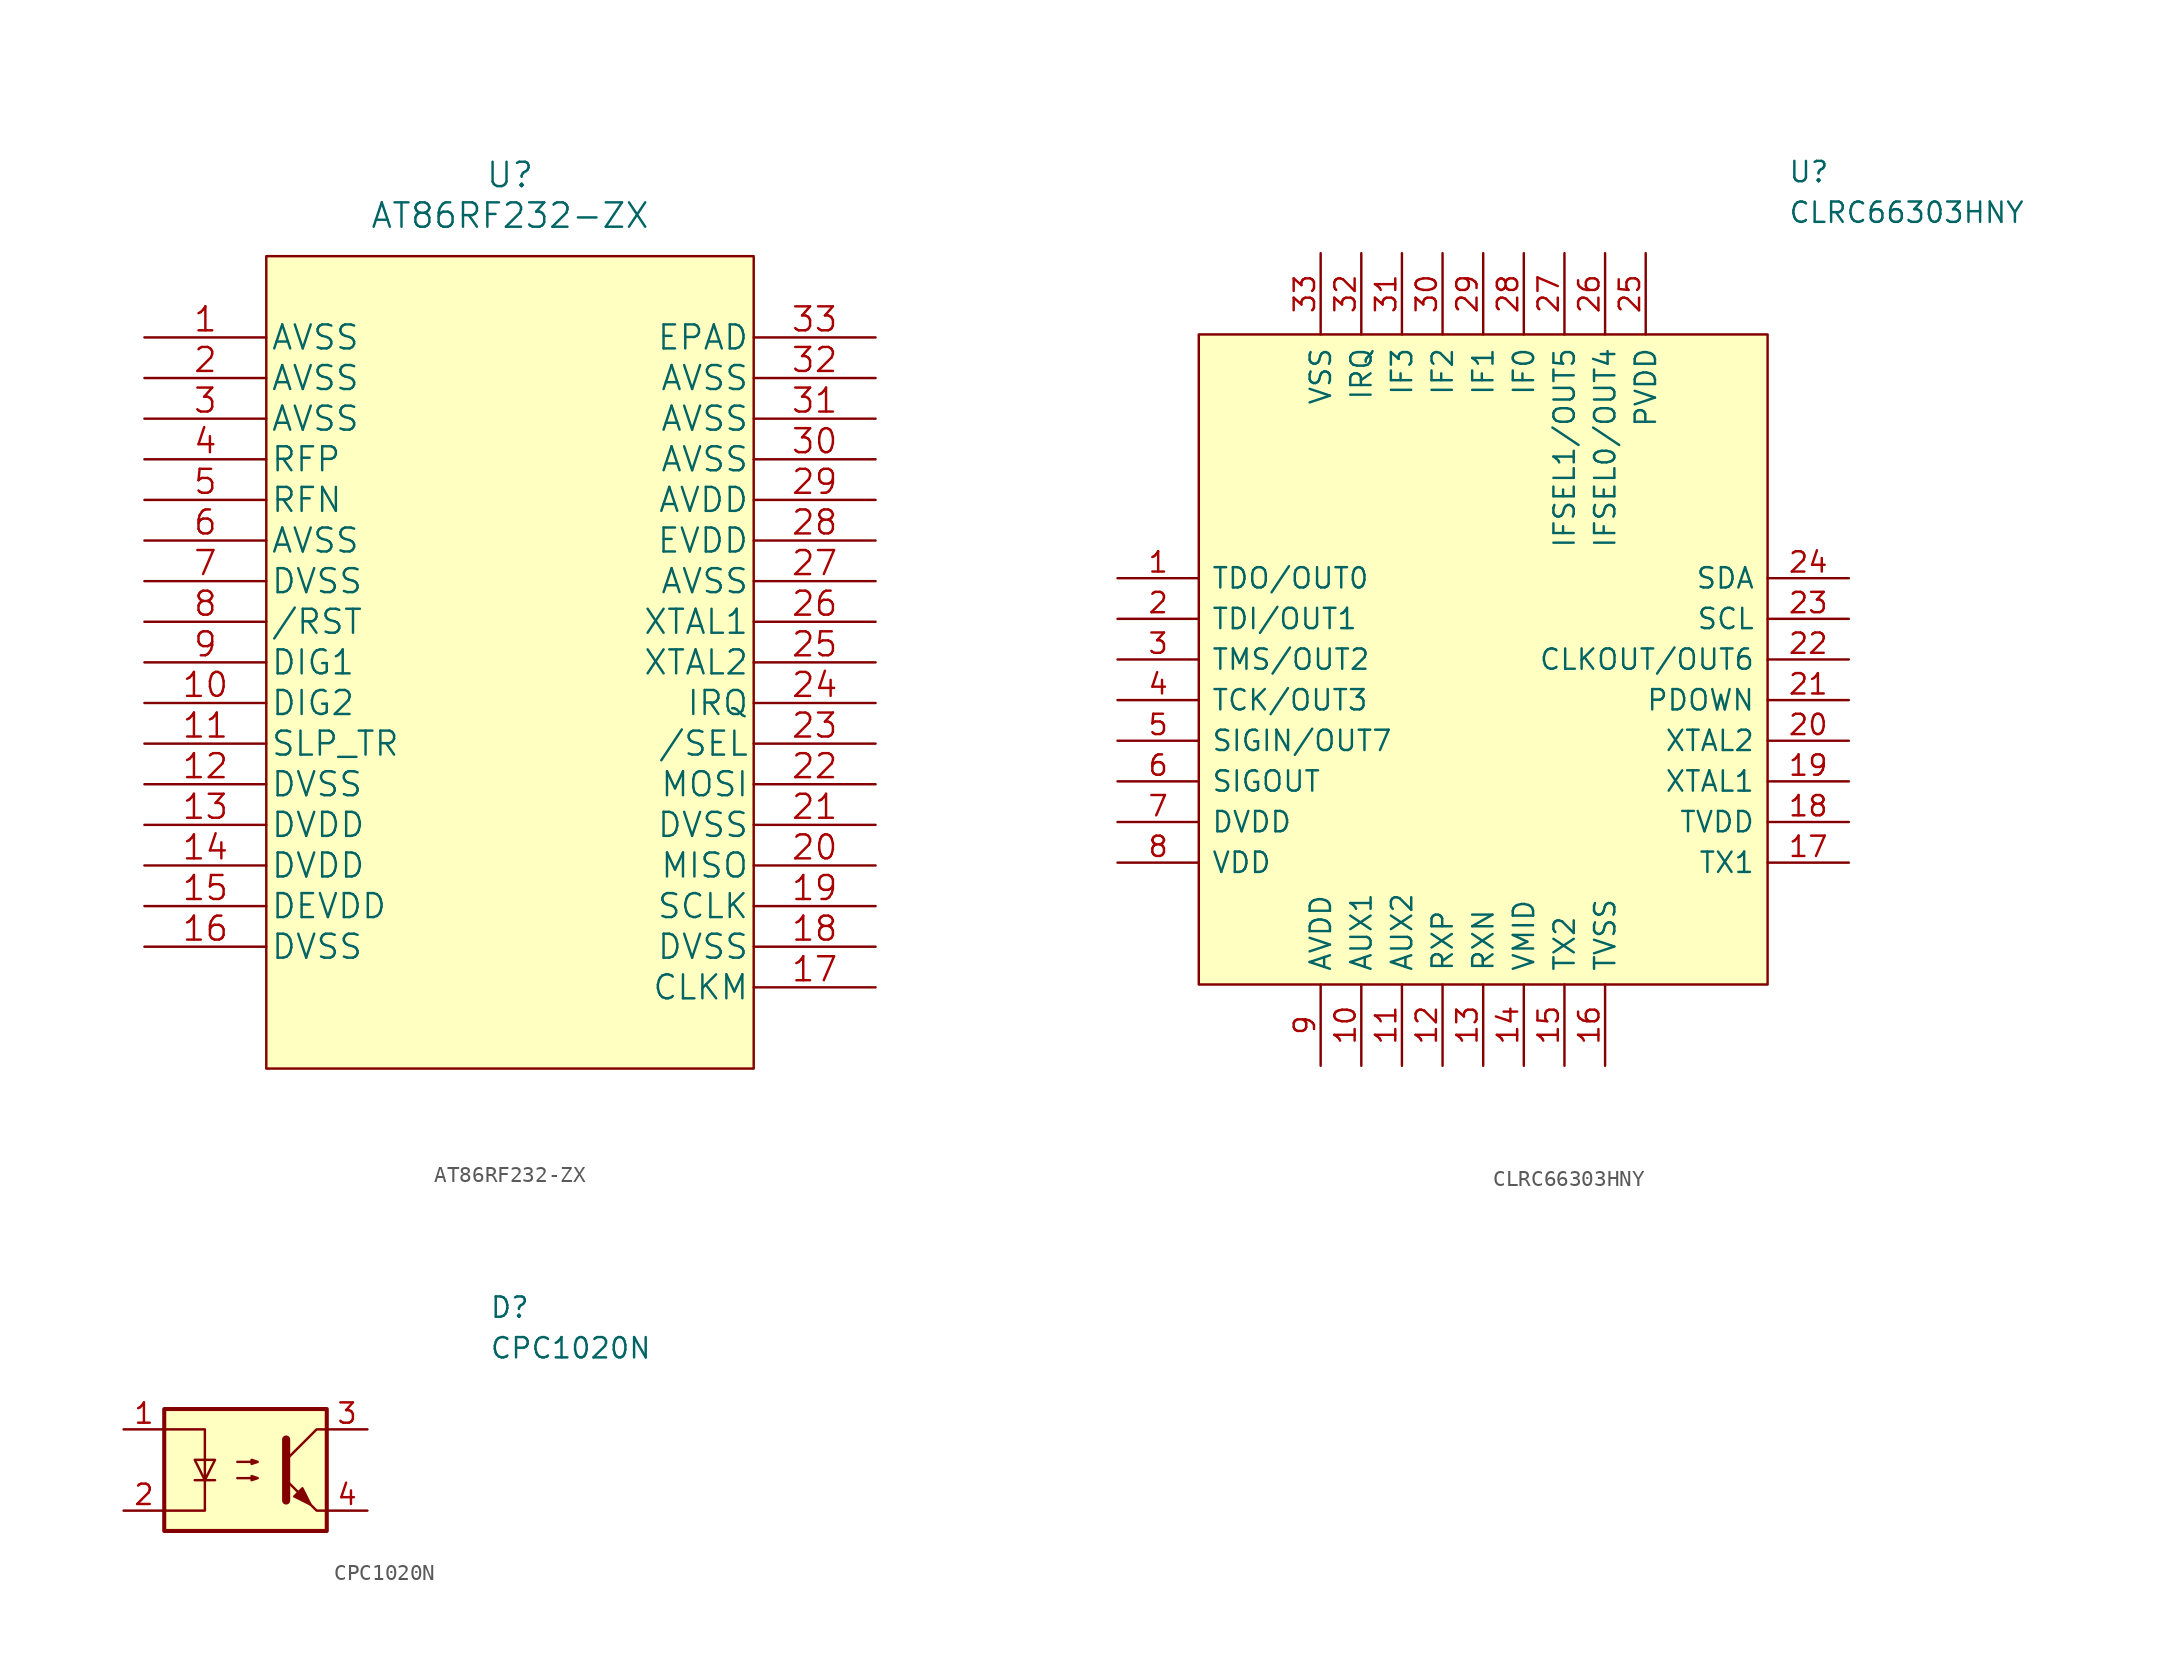
<source format=kicad_sym>
(kicad_symbol_lib
  (version 20211014)
  (generator kicad_symbol_editor)
  (symbol "AT86RF232-ZX"
    (pin_names
      (offset 0.254))
    (property "Reference" "U"
      (at 22.86 10.16 0)
      (effects (font (size 1.524 1.524))))
    (property "Value" "AT86RF232-ZX"
      (at 22.86 7.62 0)
      (effects (font (size 1.524 1.524))))
    (property "Datasheet" ""
      (at 0 0 0)
      (effects (font (size 1.524 1.524))))
    (symbol "AT86RF232-ZX_1_1"
      (rectangle (start 7.62 5.08) (end 38.1 -45.72) (stroke (width 0) (type default) (color 0 0 0 0)) (fill (type background)))
      (pin power_in line (at 0 0 0) (length 7.62) (name "AVSS" (effects (font (size 1.499 1.499)))) (number "1" (effects (font (size 1.499 1.499)))))
      (pin bidirectional line (at 0 -22.86 0) (length 7.62) (name "DIG2" (effects (font (size 1.499 1.499)))) (number "10" (effects (font (size 1.499 1.499)))))
      (pin unspecified line (at 0 -25.4 0) (length 7.62) (name "SLP_TR" (effects (font (size 1.499 1.499)))) (number "11" (effects (font (size 1.499 1.499)))))
      (pin power_in line (at 0 -27.94 0) (length 7.62) (name "DVSS" (effects (font (size 1.499 1.499)))) (number "12" (effects (font (size 1.499 1.499)))))
      (pin power_in line (at 0 -30.48 0) (length 7.62) (name "DVDD" (effects (font (size 1.499 1.499)))) (number "13" (effects (font (size 1.499 1.499)))))
      (pin power_in line (at 0 -33.02 0) (length 7.62) (name "DVDD" (effects (font (size 1.499 1.499)))) (number "14" (effects (font (size 1.499 1.499)))))
      (pin power_in line (at 0 -35.56 0) (length 7.62) (name "DEVDD" (effects (font (size 1.499 1.499)))) (number "15" (effects (font (size 1.499 1.499)))))
      (pin power_in line (at 0 -38.1 0) (length 7.62) (name "DVSS" (effects (font (size 1.499 1.499)))) (number "16" (effects (font (size 1.499 1.499)))))
      (pin unspecified line (at 45.72 -40.64 180) (length 7.62) (name "CLKM" (effects (font (size 1.499 1.499)))) (number "17" (effects (font (size 1.499 1.499)))))
      (pin power_in line (at 45.72 -38.1 180) (length 7.62) (name "DVSS" (effects (font (size 1.499 1.499)))) (number "18" (effects (font (size 1.499 1.499)))))
      (pin unspecified line (at 45.72 -35.56 180) (length 7.62) (name "SCLK" (effects (font (size 1.499 1.499)))) (number "19" (effects (font (size 1.499 1.499)))))
      (pin power_in line (at 0 -2.54 0) (length 7.62) (name "AVSS" (effects (font (size 1.499 1.499)))) (number "2" (effects (font (size 1.499 1.499)))))
      (pin unspecified line (at 45.72 -33.02 180) (length 7.62) (name "MISO" (effects (font (size 1.499 1.499)))) (number "20" (effects (font (size 1.499 1.499)))))
      (pin power_in line (at 45.72 -30.48 180) (length 7.62) (name "DVSS" (effects (font (size 1.499 1.499)))) (number "21" (effects (font (size 1.499 1.499)))))
      (pin unspecified line (at 45.72 -27.94 180) (length 7.62) (name "MOSI" (effects (font (size 1.499 1.499)))) (number "22" (effects (font (size 1.499 1.499)))))
      (pin unspecified line (at 45.72 -25.4 180) (length 7.62) (name "/SEL" (effects (font (size 1.499 1.499)))) (number "23" (effects (font (size 1.499 1.499)))))
      (pin unspecified line (at 45.72 -22.86 180) (length 7.62) (name "IRQ" (effects (font (size 1.499 1.499)))) (number "24" (effects (font (size 1.499 1.499)))))
      (pin unspecified line (at 45.72 -20.32 180) (length 7.62) (name "XTAL2" (effects (font (size 1.499 1.499)))) (number "25" (effects (font (size 1.499 1.499)))))
      (pin bidirectional line (at 45.72 -17.78 180) (length 7.62) (name "XTAL1" (effects (font (size 1.499 1.499)))) (number "26" (effects (font (size 1.499 1.499)))))
      (pin power_in line (at 45.72 -15.24 180) (length 7.62) (name "AVSS" (effects (font (size 1.499 1.499)))) (number "27" (effects (font (size 1.499 1.499)))))
      (pin power_in line (at 45.72 -12.7 180) (length 7.62) (name "EVDD" (effects (font (size 1.499 1.499)))) (number "28" (effects (font (size 1.499 1.499)))))
      (pin power_in line (at 45.72 -10.16 180) (length 7.62) (name "AVDD" (effects (font (size 1.499 1.499)))) (number "29" (effects (font (size 1.499 1.499)))))
      (pin power_in line (at 0 -5.08 0) (length 7.62) (name "AVSS" (effects (font (size 1.499 1.499)))) (number "3" (effects (font (size 1.499 1.499)))))
      (pin power_in line (at 45.72 -7.62 180) (length 7.62) (name "AVSS" (effects (font (size 1.499 1.499)))) (number "30" (effects (font (size 1.499 1.499)))))
      (pin power_in line (at 45.72 -5.08 180) (length 7.62) (name "AVSS" (effects (font (size 1.499 1.499)))) (number "31" (effects (font (size 1.499 1.499)))))
      (pin power_in line (at 45.72 -2.54 180) (length 7.62) (name "AVSS" (effects (font (size 1.499 1.499)))) (number "32" (effects (font (size 1.499 1.499)))))
      (pin unspecified line (at 45.72 0 180) (length 7.62) (name "EPAD" (effects (font (size 1.499 1.499)))) (number "33" (effects (font (size 1.499 1.499)))))
      (pin unspecified line (at 0 -7.62 0) (length 7.62) (name "RFP" (effects (font (size 1.499 1.499)))) (number "4" (effects (font (size 1.499 1.499)))))
      (pin unspecified line (at 0 -10.16 0) (length 7.62) (name "RFN" (effects (font (size 1.499 1.499)))) (number "5" (effects (font (size 1.499 1.499)))))
      (pin power_in line (at 0 -12.7 0) (length 7.62) (name "AVSS" (effects (font (size 1.499 1.499)))) (number "6" (effects (font (size 1.499 1.499)))))
      (pin power_in line (at 0 -15.24 0) (length 7.62) (name "DVSS" (effects (font (size 1.499 1.499)))) (number "7" (effects (font (size 1.499 1.499)))))
      (pin unspecified line (at 0 -17.78 0) (length 7.62) (name "/RST" (effects (font (size 1.499 1.499)))) (number "8" (effects (font (size 1.499 1.499)))))
      (pin bidirectional line (at 0 -20.32 0) (length 7.62) (name "DIG1" (effects (font (size 1.499 1.499)))) (number "9" (effects (font (size 1.499 1.499)))))))
  (symbol "CLRC66303HNY"
    (pin_names
      (offset 0.762))
    (property "Reference" "U"
      (at 41.91 25.4 0)
      (effects (font (size 1.27 1.27)) (justify left)))
    (property "Value" "CLRC66303HNY"
      (at 41.91 22.86 0)
      (effects (font (size 1.27 1.27)) (justify left)))
    (symbol "CLRC66303HNY_0_0"
      (pin output line (at 0 0 0) (length 5.08) (name "TDO/OUT0" (effects (font (size 1.27 1.27)))) (number "1" (effects (font (size 1.27 1.27)))))
      (pin output line (at 15.24 -30.48 90) (length 5.08) (name "AUX1" (effects (font (size 1.27 1.27)))) (number "10" (effects (font (size 1.27 1.27)))))
      (pin output line (at 17.78 -30.48 90) (length 5.08) (name "AUX2" (effects (font (size 1.27 1.27)))) (number "11" (effects (font (size 1.27 1.27)))))
      (pin input line (at 20.32 -30.48 90) (length 5.08) (name "RXP" (effects (font (size 1.27 1.27)))) (number "12" (effects (font (size 1.27 1.27)))))
      (pin input line (at 22.86 -30.48 90) (length 5.08) (name "RXN" (effects (font (size 1.27 1.27)))) (number "13" (effects (font (size 1.27 1.27)))))
      (pin power_in line (at 25.4 -30.48 90) (length 5.08) (name "VMID" (effects (font (size 1.27 1.27)))) (number "14" (effects (font (size 1.27 1.27)))))
      (pin output line (at 27.94 -30.48 90) (length 5.08) (name "TX2" (effects (font (size 1.27 1.27)))) (number "15" (effects (font (size 1.27 1.27)))))
      (pin power_in line (at 30.48 -30.48 90) (length 5.08) (name "TVSS" (effects (font (size 1.27 1.27)))) (number "16" (effects (font (size 1.27 1.27)))))
      (pin output line (at 45.72 -17.78 180) (length 5.08) (name "TX1" (effects (font (size 1.27 1.27)))) (number "17" (effects (font (size 1.27 1.27)))))
      (pin power_in line (at 45.72 -15.24 180) (length 5.08) (name "TVDD" (effects (font (size 1.27 1.27)))) (number "18" (effects (font (size 1.27 1.27)))))
      (pin input line (at 45.72 -12.7 180) (length 5.08) (name "XTAL1" (effects (font (size 1.27 1.27)))) (number "19" (effects (font (size 1.27 1.27)))))
      (pin input line (at 0 -2.54 0) (length 5.08) (name "TDI/OUT1" (effects (font (size 1.27 1.27)))) (number "2" (effects (font (size 1.27 1.27)))))
      (pin input line (at 45.72 -10.16 180) (length 5.08) (name "XTAL2" (effects (font (size 1.27 1.27)))) (number "20" (effects (font (size 1.27 1.27)))))
      (pin input line (at 45.72 -7.62 180) (length 5.08) (name "PDOWN" (effects (font (size 1.27 1.27)))) (number "21" (effects (font (size 1.27 1.27)))))
      (pin output line (at 45.72 -5.08 180) (length 5.08) (name "CLKOUT/OUT6" (effects (font (size 1.27 1.27)))) (number "22" (effects (font (size 1.27 1.27)))))
      (pin output line (at 45.72 -2.54 180) (length 5.08) (name "SCL" (effects (font (size 1.27 1.27)))) (number "23" (effects (font (size 1.27 1.27)))))
      (pin bidirectional line (at 45.72 0 180) (length 5.08) (name "SDA" (effects (font (size 1.27 1.27)))) (number "24" (effects (font (size 1.27 1.27)))))
      (pin power_in line (at 33.02 20.32 270) (length 5.08) (name "PVDD" (effects (font (size 1.27 1.27)))) (number "25" (effects (font (size 1.27 1.27)))))
      (pin input line (at 30.48 20.32 270) (length 5.08) (name "IFSEL0/OUT4" (effects (font (size 1.27 1.27)))) (number "26" (effects (font (size 1.27 1.27)))))
      (pin input line (at 27.94 20.32 270) (length 5.08) (name "IFSEL1/OUT5" (effects (font (size 1.27 1.27)))) (number "27" (effects (font (size 1.27 1.27)))))
      (pin bidirectional line (at 25.4 20.32 270) (length 5.08) (name "IF0" (effects (font (size 1.27 1.27)))) (number "28" (effects (font (size 1.27 1.27)))))
      (pin bidirectional line (at 22.86 20.32 270) (length 5.08) (name "IF1" (effects (font (size 1.27 1.27)))) (number "29" (effects (font (size 1.27 1.27)))))
      (pin input line (at 0 -5.08 0) (length 5.08) (name "TMS/OUT2" (effects (font (size 1.27 1.27)))) (number "3" (effects (font (size 1.27 1.27)))))
      (pin bidirectional line (at 20.32 20.32 270) (length 5.08) (name "IF2" (effects (font (size 1.27 1.27)))) (number "30" (effects (font (size 1.27 1.27)))))
      (pin bidirectional line (at 17.78 20.32 270) (length 5.08) (name "IF3" (effects (font (size 1.27 1.27)))) (number "31" (effects (font (size 1.27 1.27)))))
      (pin output line (at 15.24 20.32 270) (length 5.08) (name "IRQ" (effects (font (size 1.27 1.27)))) (number "32" (effects (font (size 1.27 1.27)))))
      (pin power_in line (at 12.7 20.32 270) (length 5.08) (name "VSS" (effects (font (size 1.27 1.27)))) (number "33" (effects (font (size 1.27 1.27)))))
      (pin input line (at 0 -7.62 0) (length 5.08) (name "TCK/OUT3" (effects (font (size 1.27 1.27)))) (number "4" (effects (font (size 1.27 1.27)))))
      (pin bidirectional line (at 0 -10.16 0) (length 5.08) (name "SIGIN/OUT7" (effects (font (size 1.27 1.27)))) (number "5" (effects (font (size 1.27 1.27)))))
      (pin output line (at 0 -12.7 0) (length 5.08) (name "SIGOUT" (effects (font (size 1.27 1.27)))) (number "6" (effects (font (size 1.27 1.27)))))
      (pin power_in line (at 0 -15.24 0) (length 5.08) (name "DVDD" (effects (font (size 1.27 1.27)))) (number "7" (effects (font (size 1.27 1.27)))))
      (pin power_in line (at 0 -17.78 0) (length 5.08) (name "VDD" (effects (font (size 1.27 1.27)))) (number "8" (effects (font (size 1.27 1.27)))))
      (pin power_in line (at 12.7 -30.48 90) (length 5.08) (name "AVDD" (effects (font (size 1.27 1.27)))) (number "9" (effects (font (size 1.27 1.27))))))
    (symbol "CLRC66303HNY_0_1"
      (polyline (pts (xy 5.08 15.24) (xy 40.64 15.24) (xy 40.64 -25.4) (xy 5.08 -25.4) (xy 5.08 15.24)) (stroke (width 0) (type default) (color 0 0 0 0)) (fill (type background)))))
  (symbol "CPC1020N"
    (pin_names
      (offset 0.762))
    (property "Reference" "D"
      (at 22.86 7.62 0)
      (effects (font (size 1.27 1.27)) (justify left)))
    (property "Value" "CPC1020N"
      (at 22.86 5.08 0)
      (effects (font (size 1.27 1.27)) (justify left)))
    (symbol "CPC1020N_1_1"
      (polyline (pts (xy 4.445 -3.175) (xy 5.715 -3.175)) (stroke (width 0) (type default) (color 0 0 0 0)) (fill (type none)))
      (polyline (pts (xy 10.16 -0.635) (xy 10.16 -4.445) (xy 10.16 -4.445)) (stroke (width 0.508) (type default) (color 0 0 0 0)) (fill (type none)))
      (polyline (pts (xy 2.54 0) (xy 5.08 0) (xy 5.08 -5.08) (xy 2.54 -5.08)) (stroke (width 0) (type default) (color 0 0 0 0)) (fill (type none)))
      (polyline (pts (xy 5.08 -3.175) (xy 4.445 -1.905) (xy 5.715 -1.905) (xy 5.08 -3.175)) (stroke (width 0) (type default) (color 0 0 0 0)) (fill (type none)))
      (polyline (pts (xy 7.112 -3.048) (xy 8.382 -3.048) (xy 8.001 -3.175) (xy 8.001 -2.921) (xy 8.382 -3.048)) (stroke (width 0) (type default) (color 0 0 0 0)) (fill (type none)))
      (polyline (pts (xy 7.112 -2.032) (xy 8.382 -2.032) (xy 8.001 -2.159) (xy 8.001 -1.905) (xy 8.382 -2.032)) (stroke (width 0) (type default) (color 0 0 0 0)) (fill (type none)))
      (polyline (pts (xy 10.668 -4.191) (xy 11.176 -3.683) (xy 11.684 -4.699) (xy 10.668 -4.191) (xy 10.668 -4.191)) (stroke (width 0) (type default) (color 0 0 0 0)) (fill (type outline)))
      (polyline (pts (xy 12.7 0) (xy 12.065 0) (xy 10.16 -1.905) (xy 10.16 -3.175) (xy 12.065 -5.08) (xy 12.7 -5.08)) (stroke (width 0) (type default) (color 0 0 0 0)) (fill (type none)))
      (rectangle (start 2.54 1.27) (end 12.7 -6.35) (stroke (width 0.254) (type default) (color 0 0 0 0)) (fill (type background)))
      (pin passive line (at 0 0 0) (length 2.54) (name "~" (effects (font (size 1.27 1.27)))) (number "1" (effects (font (size 1.27 1.27)))))
      (pin passive line (at 0 -5.08 0) (length 2.54) (name "~" (effects (font (size 1.27 1.27)))) (number "2" (effects (font (size 1.27 1.27)))))
      (pin passive line (at 15.24 0 180) (length 2.54) (name "~" (effects (font (size 1.27 1.27)))) (number "3" (effects (font (size 1.27 1.27)))))
      (pin passive line (at 15.24 -5.08 180) (length 2.54) (name "~" (effects (font (size 1.27 1.27)))) (number "4" (effects (font (size 1.27 1.27))))))))
</source>
